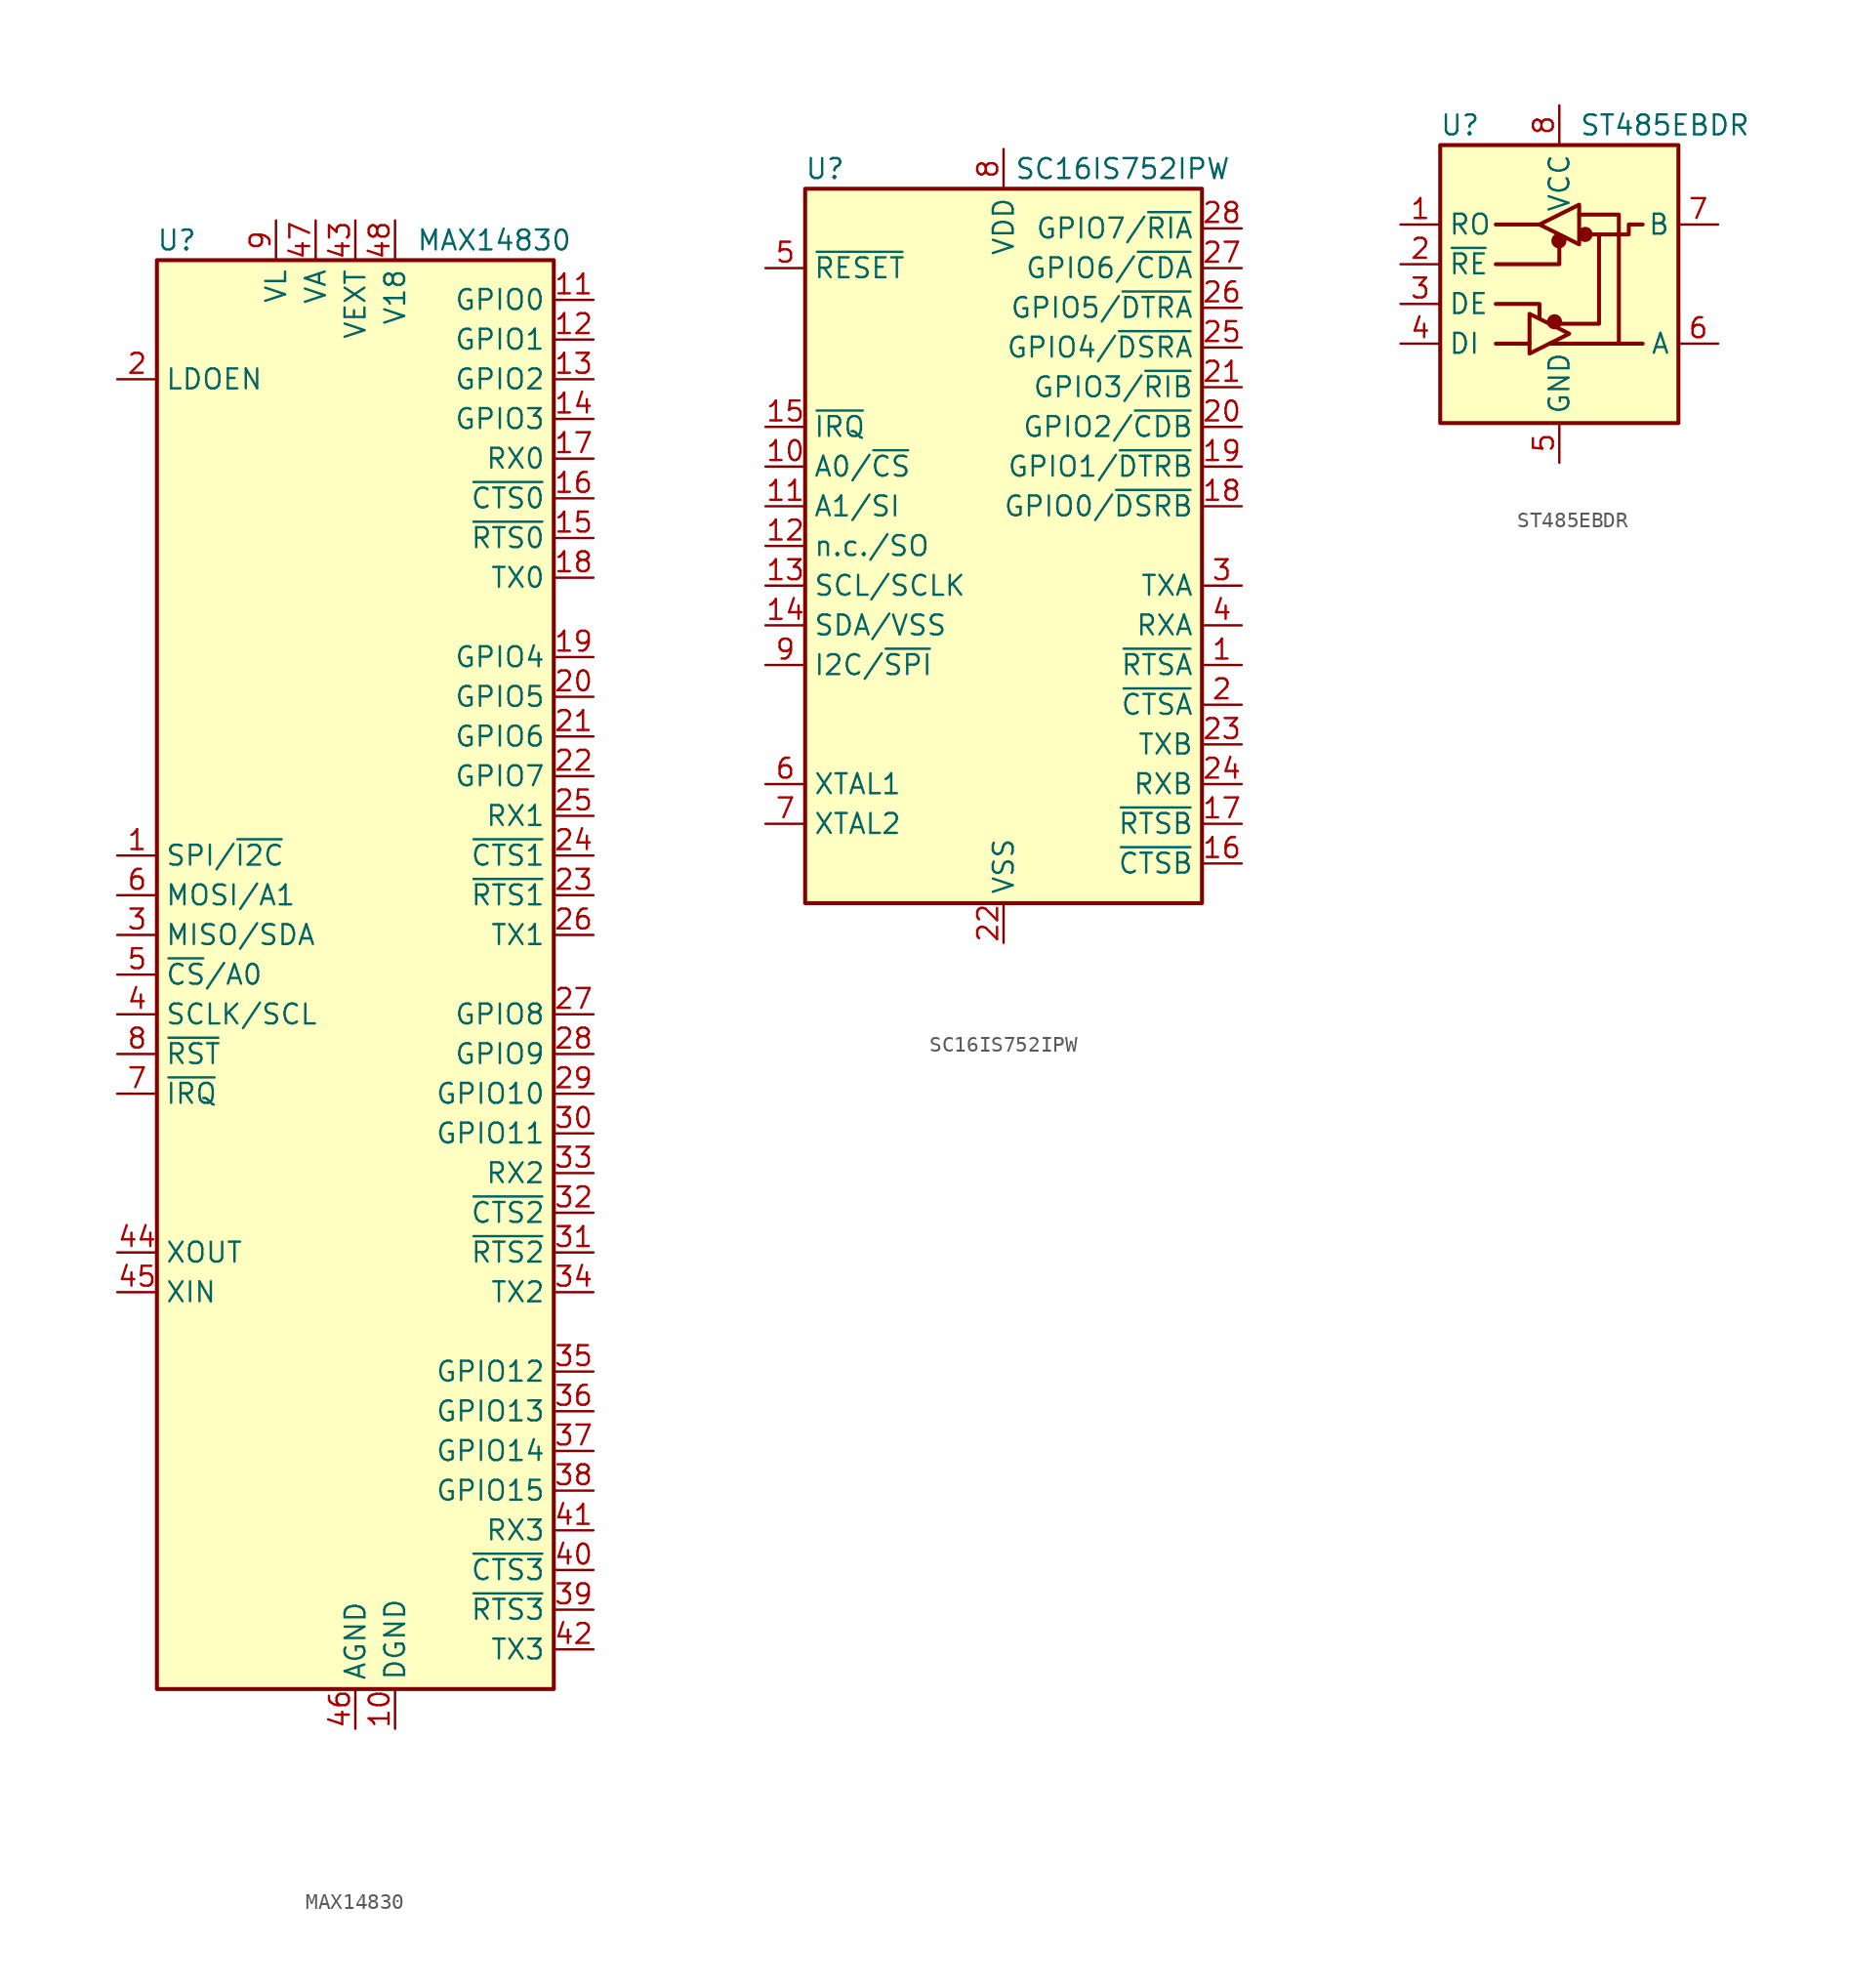
<source format=kicad_sym>
(kicad_symbol_lib
  (version 20201005)
  (generator kicad_symbol_editor)
  (symbol "MAX14830"
    (property "Reference" "U"
      (at -11.43 46.99 0)
      (effects (font (size 1.27 1.27))))
    (property "Value" "MAX14830"
      (at 8.89 46.99 0)
      (effects (font (size 1.27 1.27))))
    (symbol "MAX14830_0_1"
      (rectangle (start 12.7 45.72) (end -12.7 -45.72) (stroke (width 0.254)) (fill (type background))))
    (symbol "MAX14830_1_1"
      (pin input line (at -15.24 7.62 0) (length 2.54) (name "SPI/~I2C" (effects (font (size 1.27 1.27)))) (number "1" (effects (font (size 1.27 1.27)))))
      (pin power_in line (at 2.54 -48.26 90) (length 2.54) (name "DGND" (effects (font (size 1.27 1.27)))) (number "10" (effects (font (size 1.27 1.27)))))
      (pin bidirectional line (at 15.24 43.18 180) (length 2.54) (name "GPIO0" (effects (font (size 1.27 1.27)))) (number "11" (effects (font (size 1.27 1.27)))))
      (pin bidirectional line (at 15.24 40.64 180) (length 2.54) (name "GPIO1" (effects (font (size 1.27 1.27)))) (number "12" (effects (font (size 1.27 1.27)))))
      (pin bidirectional line (at 15.24 38.1 180) (length 2.54) (name "GPIO2" (effects (font (size 1.27 1.27)))) (number "13" (effects (font (size 1.27 1.27)))))
      (pin bidirectional line (at 15.24 35.56 180) (length 2.54) (name "GPIO3" (effects (font (size 1.27 1.27)))) (number "14" (effects (font (size 1.27 1.27)))))
      (pin output line (at 15.24 27.94 180) (length 2.54) (name "~RTS0" (effects (font (size 1.27 1.27)))) (number "15" (effects (font (size 1.27 1.27)))))
      (pin input line (at 15.24 30.48 180) (length 2.54) (name "~CTS0" (effects (font (size 1.27 1.27)))) (number "16" (effects (font (size 1.27 1.27)))))
      (pin input line (at 15.24 33.02 180) (length 2.54) (name "RX0" (effects (font (size 1.27 1.27)))) (number "17" (effects (font (size 1.27 1.27)))))
      (pin output line (at 15.24 25.4 180) (length 2.54) (name "TX0" (effects (font (size 1.27 1.27)))) (number "18" (effects (font (size 1.27 1.27)))))
      (pin bidirectional line (at 15.24 20.32 180) (length 2.54) (name "GPIO4" (effects (font (size 1.27 1.27)))) (number "19" (effects (font (size 1.27 1.27)))))
      (pin input line (at -15.24 38.1 0) (length 2.54) (name "LDOEN" (effects (font (size 1.27 1.27)))) (number "2" (effects (font (size 1.27 1.27)))))
      (pin bidirectional line (at 15.24 17.78 180) (length 2.54) (name "GPIO5" (effects (font (size 1.27 1.27)))) (number "20" (effects (font (size 1.27 1.27)))))
      (pin bidirectional line (at 15.24 15.24 180) (length 2.54) (name "GPIO6" (effects (font (size 1.27 1.27)))) (number "21" (effects (font (size 1.27 1.27)))))
      (pin bidirectional line (at 15.24 12.7 180) (length 2.54) (name "GPIO7" (effects (font (size 1.27 1.27)))) (number "22" (effects (font (size 1.27 1.27)))))
      (pin output line (at 15.24 5.08 180) (length 2.54) (name "~RTS1" (effects (font (size 1.27 1.27)))) (number "23" (effects (font (size 1.27 1.27)))))
      (pin input line (at 15.24 7.62 180) (length 2.54) (name "~CTS1" (effects (font (size 1.27 1.27)))) (number "24" (effects (font (size 1.27 1.27)))))
      (pin input line (at 15.24 10.16 180) (length 2.54) (name "RX1" (effects (font (size 1.27 1.27)))) (number "25" (effects (font (size 1.27 1.27)))))
      (pin output line (at 15.24 2.54 180) (length 2.54) (name "TX1" (effects (font (size 1.27 1.27)))) (number "26" (effects (font (size 1.27 1.27)))))
      (pin bidirectional line (at 15.24 -2.54 180) (length 2.54) (name "GPIO8" (effects (font (size 1.27 1.27)))) (number "27" (effects (font (size 1.27 1.27)))))
      (pin bidirectional line (at 15.24 -5.08 180) (length 2.54) (name "GPIO9" (effects (font (size 1.27 1.27)))) (number "28" (effects (font (size 1.27 1.27)))))
      (pin bidirectional line (at 15.24 -7.62 180) (length 2.54) (name "GPIO10" (effects (font (size 1.27 1.27)))) (number "29" (effects (font (size 1.27 1.27)))))
      (pin bidirectional line (at -15.24 2.54 0) (length 2.54) (name "MISO/SDA" (effects (font (size 1.27 1.27)))) (number "3" (effects (font (size 1.27 1.27)))))
      (pin bidirectional line (at 15.24 -10.16 180) (length 2.54) (name "GPIO11" (effects (font (size 1.27 1.27)))) (number "30" (effects (font (size 1.27 1.27)))))
      (pin output line (at 15.24 -17.78 180) (length 2.54) (name "~RTS2" (effects (font (size 1.27 1.27)))) (number "31" (effects (font (size 1.27 1.27)))))
      (pin input line (at 15.24 -15.24 180) (length 2.54) (name "~CTS2" (effects (font (size 1.27 1.27)))) (number "32" (effects (font (size 1.27 1.27)))))
      (pin input line (at 15.24 -12.7 180) (length 2.54) (name "RX2" (effects (font (size 1.27 1.27)))) (number "33" (effects (font (size 1.27 1.27)))))
      (pin output line (at 15.24 -20.32 180) (length 2.54) (name "TX2" (effects (font (size 1.27 1.27)))) (number "34" (effects (font (size 1.27 1.27)))))
      (pin bidirectional line (at 15.24 -25.4 180) (length 2.54) (name "GPIO12" (effects (font (size 1.27 1.27)))) (number "35" (effects (font (size 1.27 1.27)))))
      (pin bidirectional line (at 15.24 -27.94 180) (length 2.54) (name "GPIO13" (effects (font (size 1.27 1.27)))) (number "36" (effects (font (size 1.27 1.27)))))
      (pin bidirectional line (at 15.24 -30.48 180) (length 2.54) (name "GPIO14" (effects (font (size 1.27 1.27)))) (number "37" (effects (font (size 1.27 1.27)))))
      (pin bidirectional line (at 15.24 -33.02 180) (length 2.54) (name "GPIO15" (effects (font (size 1.27 1.27)))) (number "38" (effects (font (size 1.27 1.27)))))
      (pin output line (at 15.24 -40.64 180) (length 2.54) (name "~RTS3" (effects (font (size 1.27 1.27)))) (number "39" (effects (font (size 1.27 1.27)))))
      (pin input line (at -15.24 -2.54 0) (length 2.54) (name "SCLK/SCL" (effects (font (size 1.27 1.27)))) (number "4" (effects (font (size 1.27 1.27)))))
      (pin input line (at 15.24 -38.1 180) (length 2.54) (name "~CTS3" (effects (font (size 1.27 1.27)))) (number "40" (effects (font (size 1.27 1.27)))))
      (pin input line (at 15.24 -35.56 180) (length 2.54) (name "RX3" (effects (font (size 1.27 1.27)))) (number "41" (effects (font (size 1.27 1.27)))))
      (pin output line (at 15.24 -43.18 180) (length 2.54) (name "TX3" (effects (font (size 1.27 1.27)))) (number "42" (effects (font (size 1.27 1.27)))))
      (pin power_in line (at 0 48.26 270) (length 2.54) (name "VEXT" (effects (font (size 1.27 1.27)))) (number "43" (effects (font (size 1.27 1.27)))))
      (pin output line (at -15.24 -17.78 0) (length 2.54) (name "XOUT" (effects (font (size 1.27 1.27)))) (number "44" (effects (font (size 1.27 1.27)))))
      (pin input line (at -15.24 -20.32 0) (length 2.54) (name "XIN" (effects (font (size 1.27 1.27)))) (number "45" (effects (font (size 1.27 1.27)))))
      (pin power_in line (at 0 -48.26 90) (length 2.54) (name "AGND" (effects (font (size 1.27 1.27)))) (number "46" (effects (font (size 1.27 1.27)))))
      (pin power_in line (at -2.54 48.26 270) (length 2.54) (name "VA" (effects (font (size 1.27 1.27)))) (number "47" (effects (font (size 1.27 1.27)))))
      (pin power_out line (at 2.54 48.26 270) (length 2.54) (name "V18" (effects (font (size 1.27 1.27)))) (number "48" (effects (font (size 1.27 1.27)))))
      (pin passive line (at 0 -48.26 90) (length 2.54) hide (name "AGND" (effects (font (size 1.27 1.27)))) (number "49" (effects (font (size 1.27 1.27)))))
      (pin input line (at -15.24 0 0) (length 2.54) (name "~CS~/A0" (effects (font (size 1.27 1.27)))) (number "5" (effects (font (size 1.27 1.27)))))
      (pin input line (at -15.24 5.08 0) (length 2.54) (name "MOSI/A1" (effects (font (size 1.27 1.27)))) (number "6" (effects (font (size 1.27 1.27)))))
      (pin input line (at -15.24 -7.62 0) (length 2.54) (name "~IRQ" (effects (font (size 1.27 1.27)))) (number "7" (effects (font (size 1.27 1.27)))))
      (pin input line (at -15.24 -5.08 0) (length 2.54) (name "~RST" (effects (font (size 1.27 1.27)))) (number "8" (effects (font (size 1.27 1.27)))))
      (pin power_in line (at -5.08 48.26 270) (length 2.54) (name "VL" (effects (font (size 1.27 1.27)))) (number "9" (effects (font (size 1.27 1.27)))))))
  (symbol "SC16IS752IPW"
    (property "Reference" "U"
      (at -11.43 24.13 0)
      (effects (font (size 1.27 1.27))))
    (property "Value" "SC16IS752IPW"
      (at 7.62 24.13 0)
      (effects (font (size 1.27 1.27))))
    (symbol "SC16IS752IPW_0_1"
      (rectangle (start -12.7 22.86) (end 12.7 -22.86) (stroke (width 0.254)) (fill (type background))))
    (symbol "SC16IS752IPW_1_1"
      (pin output line (at 15.24 -7.62 180) (length 2.54) (name "~RTSA" (effects (font (size 1.27 1.27)))) (number "1" (effects (font (size 1.27 1.27)))))
      (pin input line (at -15.24 5.08 0) (length 2.54) (name "A0/~CS" (effects (font (size 1.27 1.27)))) (number "10" (effects (font (size 1.27 1.27)))))
      (pin input line (at -15.24 2.54 0) (length 2.54) (name "A1/SI" (effects (font (size 1.27 1.27)))) (number "11" (effects (font (size 1.27 1.27)))))
      (pin output line (at -15.24 0 0) (length 2.54) (name "n.c./SO" (effects (font (size 1.27 1.27)))) (number "12" (effects (font (size 1.27 1.27)))))
      (pin input line (at -15.24 -2.54 0) (length 2.54) (name "SCL/SCLK" (effects (font (size 1.27 1.27)))) (number "13" (effects (font (size 1.27 1.27)))))
      (pin bidirectional line (at -15.24 -5.08 0) (length 2.54) (name "SDA/VSS" (effects (font (size 1.27 1.27)))) (number "14" (effects (font (size 1.27 1.27)))))
      (pin open_collector line (at -15.24 7.62 0) (length 2.54) (name "~IRQ" (effects (font (size 1.27 1.27)))) (number "15" (effects (font (size 1.27 1.27)))))
      (pin input line (at 15.24 -20.32 180) (length 2.54) (name "~CTSB" (effects (font (size 1.27 1.27)))) (number "16" (effects (font (size 1.27 1.27)))))
      (pin output line (at 15.24 -17.78 180) (length 2.54) (name "~RTSB" (effects (font (size 1.27 1.27)))) (number "17" (effects (font (size 1.27 1.27)))))
      (pin bidirectional line (at 15.24 2.54 180) (length 2.54) (name "GPIO0/~DSRB" (effects (font (size 1.27 1.27)))) (number "18" (effects (font (size 1.27 1.27)))))
      (pin bidirectional line (at 15.24 5.08 180) (length 2.54) (name "GPIO1/~DTRB" (effects (font (size 1.27 1.27)))) (number "19" (effects (font (size 1.27 1.27)))))
      (pin input line (at 15.24 -10.16 180) (length 2.54) (name "~CTSA" (effects (font (size 1.27 1.27)))) (number "2" (effects (font (size 1.27 1.27)))))
      (pin bidirectional line (at 15.24 7.62 180) (length 2.54) (name "GPIO2/~CDB" (effects (font (size 1.27 1.27)))) (number "20" (effects (font (size 1.27 1.27)))))
      (pin bidirectional line (at 15.24 10.16 180) (length 2.54) (name "GPIO3/~RIB" (effects (font (size 1.27 1.27)))) (number "21" (effects (font (size 1.27 1.27)))))
      (pin power_in line (at 0 -25.4 90) (length 2.54) (name "VSS" (effects (font (size 1.27 1.27)))) (number "22" (effects (font (size 1.27 1.27)))))
      (pin output line (at 15.24 -12.7 180) (length 2.54) (name "TXB" (effects (font (size 1.27 1.27)))) (number "23" (effects (font (size 1.27 1.27)))))
      (pin input line (at 15.24 -15.24 180) (length 2.54) (name "RXB" (effects (font (size 1.27 1.27)))) (number "24" (effects (font (size 1.27 1.27)))))
      (pin bidirectional line (at 15.24 12.7 180) (length 2.54) (name "GPIO4/~DSRA" (effects (font (size 1.27 1.27)))) (number "25" (effects (font (size 1.27 1.27)))))
      (pin bidirectional line (at 15.24 15.24 180) (length 2.54) (name "GPIO5/~DTRA" (effects (font (size 1.27 1.27)))) (number "26" (effects (font (size 1.27 1.27)))))
      (pin bidirectional line (at 15.24 17.78 180) (length 2.54) (name "GPIO6/~CDA" (effects (font (size 1.27 1.27)))) (number "27" (effects (font (size 1.27 1.27)))))
      (pin bidirectional line (at 15.24 20.32 180) (length 2.54) (name "GPIO7/~RIA" (effects (font (size 1.27 1.27)))) (number "28" (effects (font (size 1.27 1.27)))))
      (pin output line (at 15.24 -2.54 180) (length 2.54) (name "TXA" (effects (font (size 1.27 1.27)))) (number "3" (effects (font (size 1.27 1.27)))))
      (pin input line (at 15.24 -5.08 180) (length 2.54) (name "RXA" (effects (font (size 1.27 1.27)))) (number "4" (effects (font (size 1.27 1.27)))))
      (pin input line (at -15.24 17.78 0) (length 2.54) (name "~RESET" (effects (font (size 1.27 1.27)))) (number "5" (effects (font (size 1.27 1.27)))))
      (pin input line (at -15.24 -15.24 0) (length 2.54) (name "XTAL1" (effects (font (size 1.27 1.27)))) (number "6" (effects (font (size 1.27 1.27)))))
      (pin output line (at -15.24 -17.78 0) (length 2.54) (name "XTAL2" (effects (font (size 1.27 1.27)))) (number "7" (effects (font (size 1.27 1.27)))))
      (pin power_in line (at 0 25.4 270) (length 2.54) (name "VDD" (effects (font (size 1.27 1.27)))) (number "8" (effects (font (size 1.27 1.27)))))
      (pin input line (at -15.24 -7.62 0) (length 2.54) (name "I2C/~SPI" (effects (font (size 1.27 1.27)))) (number "9" (effects (font (size 1.27 1.27)))))))
  (symbol "ST485EBDR"
    (property "Reference" "U"
      (at -6.35 8.89 0)
      (effects (font (size 1.27 1.27))))
    (property "Value" "ST485EBDR"
      (at 1.27 8.89 0)
      (effects (font (size 1.27 1.27)) (justify left)))
    (symbol "ST485EBDR_0_1"
      (circle (center -0.305 -3.683) (radius 0.356) (stroke (width 0.254)) (fill (type outline)))
      (circle (center -0.025 1.499) (radius 0.356) (stroke (width 0.254)) (fill (type outline)))
      (circle (center 1.651 1.905) (radius 0.356) (stroke (width 0.254)) (fill (type outline)))
      (rectangle (start 1.27 3.175) (end 1.27 3.175) (stroke (width 0)) (fill (type none)))
      (rectangle (start -7.62 7.62) (end 7.62 -10.16) (stroke (width 0.254)) (fill (type background)))
      (polyline (pts (xy -4.064 -5.08) (xy -1.905 -5.08)) (stroke (width 0.254)) (fill (type none)))
      (polyline (pts (xy -4.064 2.54) (xy -1.27 2.54)) (stroke (width 0.254)) (fill (type none)))
      (polyline (pts (xy -1.27 -3.2) (xy -1.27 -3.454)) (stroke (width 0.254)) (fill (type none)))
      (polyline (pts (xy -0.635 -5.08) (xy 5.334 -5.08)) (stroke (width 0.254)) (fill (type none)))
      (polyline (pts (xy -4.064 -2.54) (xy -1.27 -2.54) (xy -1.27 -3.175)) (stroke (width 0.254)) (fill (type none)))
      (polyline (pts (xy 0 1.27) (xy 0 0) (xy -4.064 0)) (stroke (width 0.254)) (fill (type none)))
      (polyline (pts (xy 1.27 3.175) (xy 3.81 3.175) (xy 3.81 -5.08)) (stroke (width 0.254)) (fill (type none)))
      (polyline (pts (xy 2.54 1.905) (xy 2.54 -3.81) (xy 0 -3.81)) (stroke (width 0.254)) (fill (type none)))
      (polyline (pts (xy -1.905 -3.175) (xy -1.905 -5.715) (xy 0.635 -4.445) (xy -1.905 -3.175)) (stroke (width 0.254)) (fill (type none)))
      (polyline (pts (xy -1.27 2.54) (xy 1.27 3.81) (xy 1.27 1.27) (xy -1.27 2.54)) (stroke (width 0.254)) (fill (type none)))
      (polyline (pts (xy 1.905 1.905) (xy 4.445 1.905) (xy 4.445 2.54) (xy 5.334 2.54)) (stroke (width 0.254)) (fill (type none))))
    (symbol "ST485EBDR_1_1"
      (pin output line (at -10.16 2.54 0) (length 2.54) (name "RO" (effects (font (size 1.27 1.27)))) (number "1" (effects (font (size 1.27 1.27)))))
      (pin input line (at -10.16 0 0) (length 2.54) (name "~RE" (effects (font (size 1.27 1.27)))) (number "2" (effects (font (size 1.27 1.27)))))
      (pin input line (at -10.16 -2.54 0) (length 2.54) (name "DE" (effects (font (size 1.27 1.27)))) (number "3" (effects (font (size 1.27 1.27)))))
      (pin input line (at -10.16 -5.08 0) (length 2.54) (name "DI" (effects (font (size 1.27 1.27)))) (number "4" (effects (font (size 1.27 1.27)))))
      (pin power_in line (at 0 -12.7 90) (length 2.54) (name "GND" (effects (font (size 1.27 1.27)))) (number "5" (effects (font (size 1.27 1.27)))))
      (pin bidirectional line (at 10.16 -5.08 180) (length 2.54) (name "A" (effects (font (size 1.27 1.27)))) (number "6" (effects (font (size 1.27 1.27)))))
      (pin bidirectional line (at 10.16 2.54 180) (length 2.54) (name "B" (effects (font (size 1.27 1.27)))) (number "7" (effects (font (size 1.27 1.27)))))
      (pin power_in line (at 0 10.16 270) (length 2.54) (name "VCC" (effects (font (size 1.27 1.27)))) (number "8" (effects (font (size 1.27 1.27))))))))
</source>
